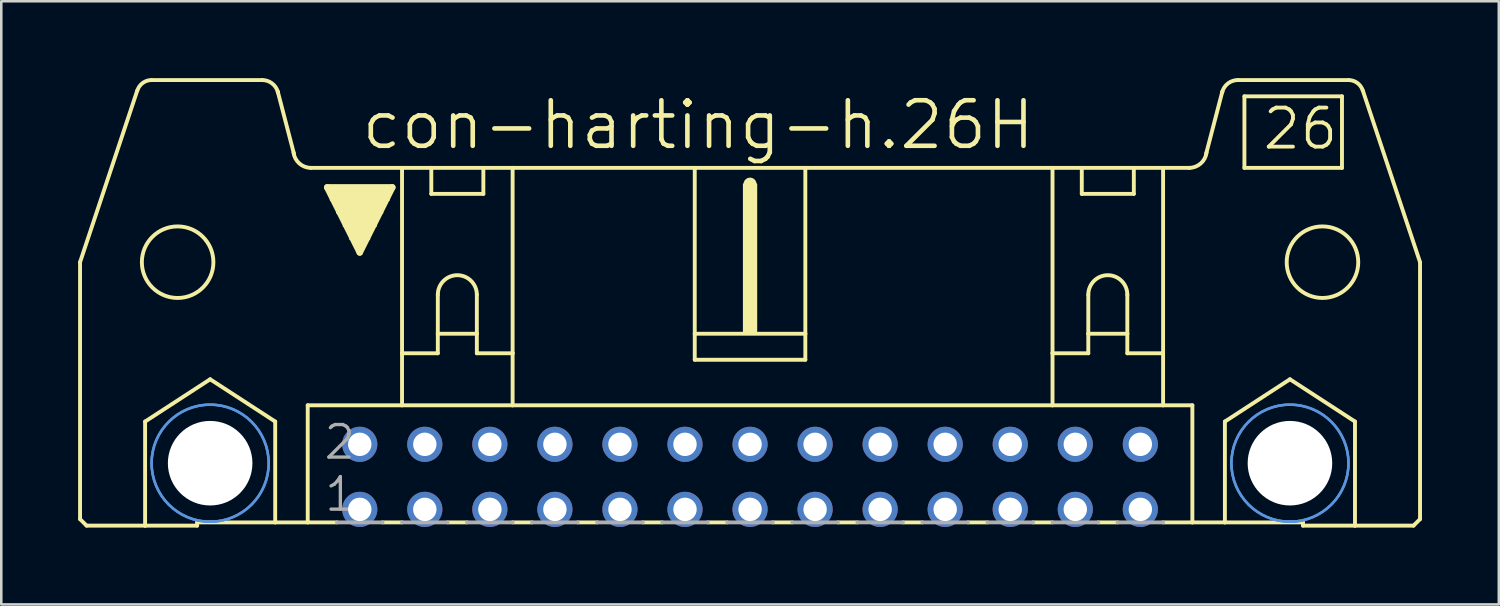
<source format=kicad_pcb>
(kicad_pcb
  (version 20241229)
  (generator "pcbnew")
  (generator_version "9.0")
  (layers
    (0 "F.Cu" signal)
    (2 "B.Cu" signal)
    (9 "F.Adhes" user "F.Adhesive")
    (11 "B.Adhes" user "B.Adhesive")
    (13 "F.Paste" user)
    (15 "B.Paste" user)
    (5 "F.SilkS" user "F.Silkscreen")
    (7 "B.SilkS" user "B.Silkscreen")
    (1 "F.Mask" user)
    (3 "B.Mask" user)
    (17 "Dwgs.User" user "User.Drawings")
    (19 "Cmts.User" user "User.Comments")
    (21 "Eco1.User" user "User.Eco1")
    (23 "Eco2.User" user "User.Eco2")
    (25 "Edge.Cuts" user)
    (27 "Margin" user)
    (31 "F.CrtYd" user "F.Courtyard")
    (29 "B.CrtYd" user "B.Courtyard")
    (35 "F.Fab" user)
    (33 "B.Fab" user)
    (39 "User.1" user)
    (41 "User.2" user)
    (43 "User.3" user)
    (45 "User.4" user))
  (footprint "con-harting-h.26H"
    (layer "F.Cu")
    (at 26.238 15.57)
    (property "Reference" "con-harting-h.26H" (at -15.265 -12.7 0) (layer "F.SilkS") (effects (font (size 1.778 1.778) (thickness 0.18)) (justify left bottom)))
    (attr through_hole)
    (fp_line (start -26.162 1.651) (end -26.162 -8.382) (stroke (width 0.152) (type default)) (layer "F.SilkS"))
    (fp_line (start -26.162 1.651) (end -25.908 1.905) (stroke (width 0.152) (type default)) (layer "F.SilkS"))
    (fp_line (start -25.908 1.905) (end -23.622 1.905) (stroke (width 0.152) (type default)) (layer "F.SilkS"))
    (fp_line (start -23.927 -15.088) (end -26.162 -8.382) (stroke (width 0.152) (type default)) (layer "F.SilkS"))
    (fp_line (start -23.622 -2.159) (end -21.082 -3.81) (stroke (width 0.152) (type default)) (layer "F.SilkS"))
    (fp_line (start -23.622 1.905) (end -23.622 -2.159) (stroke (width 0.152) (type default)) (layer "F.SilkS"))
    (fp_line (start -23.622 1.905) (end -21.59 1.905) (stroke (width 0.152) (type default)) (layer "F.SilkS"))
    (fp_line (start -21.59 1.778) (end -21.59 1.905) (stroke (width 0.152) (type default)) (layer "F.SilkS"))
    (fp_line (start -21.59 1.778) (end -18.542 1.778) (stroke (width 0.152) (type default)) (layer "F.SilkS"))
    (fp_line (start -21.082 -3.81) (end -18.542 -2.159) (stroke (width 0.152) (type default)) (layer "F.SilkS"))
    (fp_line (start -19.05 -15.494) (end -23.368 -15.494) (stroke (width 0.152) (type default)) (layer "F.SilkS"))
    (fp_line (start -18.542 1.778) (end -18.542 -2.159) (stroke (width 0.152) (type default)) (layer "F.SilkS"))
    (fp_line (start -18.542 1.778) (end -17.272 1.778) (stroke (width 0.152) (type default)) (layer "F.SilkS"))
    (fp_line (start -17.805 -12.598) (end -18.44 -15.037) (stroke (width 0.152) (type default)) (layer "F.SilkS"))
    (fp_line (start -17.272 -2.794) (end -17.272 1.778) (stroke (width 0.152) (type default)) (layer "F.SilkS"))
    (fp_line (start -17.272 1.778) (end -16.129 1.778) (stroke (width 0.152) (type default)) (layer "F.SilkS"))
    (fp_line (start -17.145 -12.065) (end -13.589 -12.065) (stroke (width 0.152) (type default)) (layer "F.SilkS"))
    (fp_line (start -16.51 -11.303) (end -13.97 -11.303) (stroke (width 0.254) (type default)) (layer "F.SilkS"))
    (fp_line (start -15.24 -8.763) (end -16.51 -11.303) (stroke (width 0.254) (type default)) (layer "F.SilkS"))
    (fp_line (start -14.351 1.778) (end -13.589 1.778) (stroke (width 0.152) (type default)) (layer "F.SilkS"))
    (fp_line (start -13.97 -11.303) (end -15.24 -8.763) (stroke (width 0.254) (type default)) (layer "F.SilkS"))
    (fp_line (start -13.589 -12.065) (end -12.446 -12.065) (stroke (width 0.152) (type default)) (layer "F.SilkS"))
    (fp_line (start -13.589 -4.826) (end -13.589 -12.065) (stroke (width 0.152) (type default)) (layer "F.SilkS"))
    (fp_line (start -13.589 -4.826) (end -13.589 -2.794) (stroke (width 0.152) (type default)) (layer "F.SilkS"))
    (fp_line (start -13.589 -4.826) (end -12.192 -4.826) (stroke (width 0.152) (type default)) (layer "F.SilkS"))
    (fp_line (start -13.589 -2.794) (end -17.272 -2.794) (stroke (width 0.152) (type default)) (layer "F.SilkS"))
    (fp_line (start -12.446 -12.065) (end -10.414 -12.065) (stroke (width 0.152) (type default)) (layer "F.SilkS"))
    (fp_line (start -12.446 -11.049) (end -12.446 -12.065) (stroke (width 0.152) (type default)) (layer "F.SilkS"))
    (fp_line (start -12.446 -11.049) (end -10.414 -11.049) (stroke (width 0.152) (type default)) (layer "F.SilkS"))
    (fp_line (start -12.192 -7.112) (end -12.192 -5.588) (stroke (width 0.152) (type default)) (layer "F.SilkS"))
    (fp_line (start -12.192 -5.588) (end -12.192 -4.826) (stroke (width 0.152) (type default)) (layer "F.SilkS"))
    (fp_line (start -12.192 -5.588) (end -10.668 -5.588) (stroke (width 0.152) (type default)) (layer "F.SilkS"))
    (fp_line (start -11.811 1.778) (end -11.049 1.778) (stroke (width 0.152) (type default)) (layer "F.SilkS"))
    (fp_line (start -10.668 -7.112) (end -10.668 -5.588) (stroke (width 0.152) (type default)) (layer "F.SilkS"))
    (fp_line (start -10.668 -5.588) (end -10.668 -4.826) (stroke (width 0.152) (type default)) (layer "F.SilkS"))
    (fp_line (start -10.668 -4.826) (end -9.271 -4.826) (stroke (width 0.152) (type default)) (layer "F.SilkS"))
    (fp_line (start -10.414 -12.065) (end -10.414 -11.049) (stroke (width 0.152) (type default)) (layer "F.SilkS"))
    (fp_line (start -10.414 -12.065) (end -9.271 -12.065) (stroke (width 0.152) (type default)) (layer "F.SilkS"))
    (fp_line (start -9.271 -12.065) (end -2.159 -12.065) (stroke (width 0.152) (type default)) (layer "F.SilkS"))
    (fp_line (start -9.271 -4.826) (end -9.271 -12.065) (stroke (width 0.152) (type default)) (layer "F.SilkS"))
    (fp_line (start -9.271 -4.826) (end -9.271 -2.794) (stroke (width 0.152) (type default)) (layer "F.SilkS"))
    (fp_line (start -9.271 -2.794) (end -13.589 -2.794) (stroke (width 0.152) (type default)) (layer "F.SilkS"))
    (fp_line (start -9.271 1.778) (end -8.509 1.778) (stroke (width 0.152) (type default)) (layer "F.SilkS"))
    (fp_line (start -6.731 1.778) (end -5.969 1.778) (stroke (width 0.152) (type default)) (layer "F.SilkS"))
    (fp_line (start -4.191 1.778) (end -3.429 1.778) (stroke (width 0.152) (type default)) (layer "F.SilkS"))
    (fp_line (start -2.159 -12.065) (end -2.159 -5.588) (stroke (width 0.152) (type default)) (layer "F.SilkS"))
    (fp_line (start -2.159 -12.065) (end 2.159 -12.065) (stroke (width 0.152) (type default)) (layer "F.SilkS"))
    (fp_line (start -2.159 -5.588) (end -2.159 -4.572) (stroke (width 0.152) (type default)) (layer "F.SilkS"))
    (fp_line (start -1.651 1.778) (end -0.889 1.778) (stroke (width 0.152) (type default)) (layer "F.SilkS"))
    (fp_line (start 0 -11.176) (end 0 -11.43) (stroke (width 0.508) (type default)) (layer "F.SilkS"))
    (fp_line (start 0.889 1.778) (end 1.651 1.778) (stroke (width 0.152) (type default)) (layer "F.SilkS"))
    (fp_line (start 2.159 -12.065) (end 2.159 -5.588) (stroke (width 0.152) (type default)) (layer "F.SilkS"))
    (fp_line (start 2.159 -12.065) (end 11.811 -12.065) (stroke (width 0.152) (type default)) (layer "F.SilkS"))
    (fp_line (start 2.159 -5.588) (end -2.159 -5.588) (stroke (width 0.152) (type default)) (layer "F.SilkS"))
    (fp_line (start 2.159 -5.588) (end 2.159 -4.572) (stroke (width 0.152) (type default)) (layer "F.SilkS"))
    (fp_line (start 2.159 -4.572) (end -2.159 -4.572) (stroke (width 0.152) (type default)) (layer "F.SilkS"))
    (fp_line (start 3.429 1.778) (end 4.191 1.778) (stroke (width 0.152) (type default)) (layer "F.SilkS"))
    (fp_line (start 5.969 1.778) (end 6.731 1.778) (stroke (width 0.152) (type default)) (layer "F.SilkS"))
    (fp_line (start 8.509 1.778) (end 9.271 1.778) (stroke (width 0.152) (type default)) (layer "F.SilkS"))
    (fp_line (start 11.049 1.778) (end 11.811 1.778) (stroke (width 0.152) (type default)) (layer "F.SilkS"))
    (fp_line (start 11.811 -12.065) (end 17.145 -12.065) (stroke (width 0.152) (type default)) (layer "F.SilkS"))
    (fp_line (start 11.811 -4.826) (end 11.811 -12.065) (stroke (width 0.152) (type default)) (layer "F.SilkS"))
    (fp_line (start 11.811 -4.826) (end 11.811 -2.794) (stroke (width 0.152) (type default)) (layer "F.SilkS"))
    (fp_line (start 11.811 -4.826) (end 13.208 -4.826) (stroke (width 0.152) (type default)) (layer "F.SilkS"))
    (fp_line (start 11.811 -2.794) (end -9.271 -2.794) (stroke (width 0.152) (type default)) (layer "F.SilkS"))
    (fp_line (start 12.954 -11.049) (end 12.954 -12.065) (stroke (width 0.152) (type default)) (layer "F.SilkS"))
    (fp_line (start 12.954 -11.049) (end 14.986 -11.049) (stroke (width 0.152) (type default)) (layer "F.SilkS"))
    (fp_line (start 13.208 -7.112) (end 13.208 -5.588) (stroke (width 0.152) (type default)) (layer "F.SilkS"))
    (fp_line (start 13.208 -5.588) (end 13.208 -4.826) (stroke (width 0.152) (type default)) (layer "F.SilkS"))
    (fp_line (start 13.208 -5.588) (end 14.732 -5.588) (stroke (width 0.152) (type default)) (layer "F.SilkS"))
    (fp_line (start 13.589 1.778) (end 14.351 1.778) (stroke (width 0.152) (type default)) (layer "F.SilkS"))
    (fp_line (start 14.732 -7.112) (end 14.732 -5.588) (stroke (width 0.152) (type default)) (layer "F.SilkS"))
    (fp_line (start 14.732 -5.588) (end 14.732 -4.826) (stroke (width 0.152) (type default)) (layer "F.SilkS"))
    (fp_line (start 14.732 -4.826) (end 16.129 -4.826) (stroke (width 0.152) (type default)) (layer "F.SilkS"))
    (fp_line (start 14.986 -12.065) (end 14.986 -11.049) (stroke (width 0.152) (type default)) (layer "F.SilkS"))
    (fp_line (start 16.129 -4.826) (end 16.129 -12.065) (stroke (width 0.152) (type default)) (layer "F.SilkS"))
    (fp_line (start 16.129 -4.826) (end 16.129 -2.794) (stroke (width 0.152) (type default)) (layer "F.SilkS"))
    (fp_line (start 16.129 -2.794) (end 11.811 -2.794) (stroke (width 0.152) (type default)) (layer "F.SilkS"))
    (fp_line (start 17.272 -2.794) (end 16.129 -2.794) (stroke (width 0.152) (type default)) (layer "F.SilkS"))
    (fp_line (start 17.272 -2.794) (end 17.272 1.778) (stroke (width 0.152) (type default)) (layer "F.SilkS"))
    (fp_line (start 17.272 1.778) (end 16.129 1.778) (stroke (width 0.152) (type default)) (layer "F.SilkS"))
    (fp_line (start 17.805 -12.598) (end 18.44 -15.037) (stroke (width 0.152) (type default)) (layer "F.SilkS"))
    (fp_line (start 18.542 -2.159) (end 21.082 -3.81) (stroke (width 0.152) (type default)) (layer "F.SilkS"))
    (fp_line (start 18.542 1.778) (end 17.272 1.778) (stroke (width 0.152) (type default)) (layer "F.SilkS"))
    (fp_line (start 18.542 1.778) (end 18.542 -2.159) (stroke (width 0.152) (type default)) (layer "F.SilkS"))
    (fp_line (start 19.05 -15.494) (end 23.368 -15.494) (stroke (width 0.152) (type default)) (layer "F.SilkS"))
    (fp_line (start 19.304 -14.859) (end 19.304 -12.065) (stroke (width 0.152) (type default)) (layer "F.SilkS"))
    (fp_line (start 19.304 -12.065) (end 23.114 -12.065) (stroke (width 0.152) (type default)) (layer "F.SilkS"))
    (fp_line (start 21.082 -3.81) (end 23.622 -2.159) (stroke (width 0.152) (type default)) (layer "F.SilkS"))
    (fp_line (start 21.59 1.778) (end 18.542 1.778) (stroke (width 0.152) (type default)) (layer "F.SilkS"))
    (fp_line (start 21.59 1.778) (end 21.59 1.905) (stroke (width 0.152) (type default)) (layer "F.SilkS"))
    (fp_line (start 23.114 -14.859) (end 19.304 -14.859) (stroke (width 0.152) (type default)) (layer "F.SilkS"))
    (fp_line (start 23.114 -14.859) (end 23.114 -12.065) (stroke (width 0.152) (type default)) (layer "F.SilkS"))
    (fp_line (start 23.622 1.905) (end 21.59 1.905) (stroke (width 0.152) (type default)) (layer "F.SilkS"))
    (fp_line (start 23.622 1.905) (end 23.622 -2.159) (stroke (width 0.152) (type default)) (layer "F.SilkS"))
    (fp_line (start 23.927 -15.088) (end 26.162 -8.382) (stroke (width 0.152) (type default)) (layer "F.SilkS"))
    (fp_line (start 25.908 1.905) (end 23.622 1.905) (stroke (width 0.152) (type default)) (layer "F.SilkS"))
    (fp_line (start 26.162 1.651) (end 25.908 1.905) (stroke (width 0.152) (type default)) (layer "F.SilkS"))
    (fp_line (start 26.162 1.651) (end 26.162 -8.382) (stroke (width 0.152) (type default)) (layer "F.SilkS"))
    (fp_rect (start -16.383 -10.795) (end -14.097 -11.303) (stroke (width 0.05) (type default)) (fill yes) (layer "F.SilkS"))
    (fp_rect (start -16.129 -10.287) (end -14.351 -10.795) (stroke (width 0.05) (type default)) (fill yes) (layer "F.SilkS"))
    (fp_rect (start -15.875 -9.779) (end -14.605 -10.287) (stroke (width 0.05) (type default)) (fill yes) (layer "F.SilkS"))
    (fp_rect (start -15.621 -9.271) (end -14.859 -9.779) (stroke (width 0.05) (type default)) (fill yes) (layer "F.SilkS"))
    (fp_rect (start -15.367 -9.017) (end -15.113 -9.271) (stroke (width 0.05) (type default)) (fill yes) (layer "F.SilkS"))
    (fp_rect (start -0.254 -5.588) (end 0.254 -11.43) (stroke (width 0.05) (type default)) (fill yes) (layer "F.SilkS"))
    (fp_arc (start -23.9244 -15.0878) (mid -23.712454 -15.38168) (end -23.368 -15.4941) (stroke (width 0.1524) (type default)) (layer "F.SilkS"))
    (fp_arc (start -19.05 -15.494) (mid -18.669 -15.367) (end -18.4404 -15.0368) (stroke (width 0.1524) (type default)) (layer "F.SilkS"))
    (fp_arc (start -18.4404 -15.0368) (mid -18.437084 -15.024931) (end -18.434 -15.013) (stroke (width 0.1524) (type default)) (layer "F.SilkS"))
    (fp_arc (start -17.145 -12.065) (mid -17.596774 -12.234824) (end -17.8248 -12.6602) (stroke (width 0.1524) (type default)) (layer "F.SilkS"))
    (fp_arc (start -12.192 -7.112) (mid -11.43 -7.874) (end -10.668 -7.112) (stroke (width 0.1524) (type default)) (layer "F.SilkS"))
    (fp_arc (start 13.208 -7.112) (mid 13.97 -7.874) (end 14.732 -7.112) (stroke (width 0.1524) (type default)) (layer "F.SilkS"))
    (fp_arc (start 17.8248 -12.6602) (mid 17.596774 -12.234824) (end 17.145 -12.065) (stroke (width 0.1524) (type default)) (layer "F.SilkS"))
    (fp_arc (start 18.434 -15.013) (mid 18.437084 -15.024931) (end 18.4404 -15.0368) (stroke (width 0.1524) (type default)) (layer "F.SilkS"))
    (fp_arc (start 18.4404 -15.0368) (mid 18.669 -15.367) (end 19.05 -15.494) (stroke (width 0.1524) (type default)) (layer "F.SilkS"))
    (fp_arc (start 23.368 -15.494) (mid 23.712385 -15.38161) (end 23.9243 -15.0878) (stroke (width 0.1524) (type default)) (layer "F.SilkS"))
    (fp_circle (center -22.352 -8.382) (end -20.955 -8.382) (stroke (width 0.152) (type default)) (fill no) (layer "F.SilkS"))
    (fp_circle (center -21.082 -0.533) (end -19.761 -0.533) (stroke (width 0.152) (type default)) (fill no) (layer "F.SilkS"))
    (fp_circle (center 21.082 -0.533) (end 22.403 -0.533) (stroke (width 0.152) (type default)) (fill no) (layer "F.SilkS"))
    (fp_circle (center 22.352 -8.382) (end 23.749 -8.382) (stroke (width 0.152) (type default)) (fill no) (layer "F.SilkS"))
    (fp_circle (center -21.082 -0.533) (end -18.796 -0.533) (stroke (width 0.1) (type default)) (fill no) (layer "Cmts.User"))
    (fp_circle (center -21.082 -0.533) (end -18.796 -0.533) (stroke (width 0.1) (type default)) (fill no) (layer "Cmts.User"))
    (fp_circle (center 21.082 -0.533) (end 23.368 -0.533) (stroke (width 0.1) (type default)) (fill no) (layer "Cmts.User"))
    (fp_circle (center 21.082 -0.533) (end 23.368 -0.533) (stroke (width 0.1) (type default)) (fill no) (layer "Cmts.User"))
    (fp_line (start -16.129 1.778) (end -14.351 1.778) (stroke (width 0.152) (type default)) (layer "F.Fab"))
    (fp_line (start -13.589 1.778) (end -11.811 1.778) (stroke (width 0.152) (type default)) (layer "F.Fab"))
    (fp_line (start -11.049 1.778) (end -9.271 1.778) (stroke (width 0.152) (type default)) (layer "F.Fab"))
    (fp_line (start -8.509 1.778) (end -6.731 1.778) (stroke (width 0.152) (type default)) (layer "F.Fab"))
    (fp_line (start -4.191 1.778) (end -5.969 1.778) (stroke (width 0.152) (type default)) (layer "F.Fab"))
    (fp_line (start -1.651 1.778) (end -3.429 1.778) (stroke (width 0.152) (type default)) (layer "F.Fab"))
    (fp_line (start 0.889 1.778) (end -0.889 1.778) (stroke (width 0.152) (type default)) (layer "F.Fab"))
    (fp_line (start 3.429 1.778) (end 1.651 1.778) (stroke (width 0.152) (type default)) (layer "F.Fab"))
    (fp_line (start 5.969 1.778) (end 4.191 1.778) (stroke (width 0.152) (type default)) (layer "F.Fab"))
    (fp_line (start 8.509 1.778) (end 6.731 1.778) (stroke (width 0.152) (type default)) (layer "F.Fab"))
    (fp_line (start 11.049 1.778) (end 9.271 1.778) (stroke (width 0.152) (type default)) (layer "F.Fab"))
    (fp_line (start 13.589 1.778) (end 11.811 1.778) (stroke (width 0.152) (type default)) (layer "F.Fab"))
    (fp_line (start 16.129 1.778) (end 14.351 1.778) (stroke (width 0.152) (type default)) (layer "F.Fab"))
    (fp_text user "26" (at 19.939 -12.7 0) (layer "F.SilkS") (effects (font (size 1.524 1.524) (thickness 0.15)) (justify left bottom)))
    (fp_text user "1" (at -16.688 1.422 0) (layer "F.Fab") (effects (font (size 1.27 1.27) (thickness 0.13)) (justify left bottom)))
    (fp_text user "2" (at -16.713 -0.61 0) (layer "F.Fab") (effects (font (size 1.27 1.27) (thickness 0.13)) (justify left bottom)))
    (pad "" np_thru_hole circle (at -21.082 -0.533) (size 3.302 3.302) (drill 3.302) (layers "*.Cu" "*.Mask"))
    (pad "" np_thru_hole circle (at 21.082 -0.533) (size 3.302 3.302) (drill 3.302) (layers "*.Cu" "*.Mask"))
    (pad "1" thru_hole circle (at -15.24 1.27) (size 1.372 1.372) (drill 0.914) (layers "*.Cu" "*.Mask"))
    (pad "2" thru_hole circle (at -15.24 -1.27) (size 1.372 1.372) (drill 0.914) (layers "*.Cu" "*.Mask"))
    (pad "3" thru_hole circle (at -12.7 1.27) (size 1.372 1.372) (drill 0.914) (layers "*.Cu" "*.Mask"))
    (pad "4" thru_hole circle (at -12.7 -1.27) (size 1.372 1.372) (drill 0.914) (layers "*.Cu" "*.Mask"))
    (pad "5" thru_hole circle (at -10.16 1.27) (size 1.372 1.372) (drill 0.914) (layers "*.Cu" "*.Mask"))
    (pad "6" thru_hole circle (at -10.16 -1.27) (size 1.372 1.372) (drill 0.914) (layers "*.Cu" "*.Mask"))
    (pad "7" thru_hole circle (at -7.62 1.27) (size 1.372 1.372) (drill 0.914) (layers "*.Cu" "*.Mask"))
    (pad "8" thru_hole circle (at -7.62 -1.27) (size 1.372 1.372) (drill 0.914) (layers "*.Cu" "*.Mask"))
    (pad "9" thru_hole circle (at -5.08 1.27) (size 1.372 1.372) (drill 0.914) (layers "*.Cu" "*.Mask"))
    (pad "10" thru_hole circle (at -5.08 -1.27) (size 1.372 1.372) (drill 0.914) (layers "*.Cu" "*.Mask"))
    (pad "11" thru_hole circle (at -2.54 1.27) (size 1.372 1.372) (drill 0.914) (layers "*.Cu" "*.Mask"))
    (pad "12" thru_hole circle (at -2.54 -1.27) (size 1.372 1.372) (drill 0.914) (layers "*.Cu" "*.Mask"))
    (pad "13" thru_hole circle (at 0 1.27) (size 1.372 1.372) (drill 0.914) (layers "*.Cu" "*.Mask"))
    (pad "14" thru_hole circle (at 0 -1.27) (size 1.372 1.372) (drill 0.914) (layers "*.Cu" "*.Mask"))
    (pad "15" thru_hole circle (at 2.54 1.27) (size 1.372 1.372) (drill 0.914) (layers "*.Cu" "*.Mask"))
    (pad "16" thru_hole circle (at 2.54 -1.27) (size 1.372 1.372) (drill 0.914) (layers "*.Cu" "*.Mask"))
    (pad "17" thru_hole circle (at 5.08 1.27) (size 1.372 1.372) (drill 0.914) (layers "*.Cu" "*.Mask"))
    (pad "18" thru_hole circle (at 5.08 -1.27) (size 1.372 1.372) (drill 0.914) (layers "*.Cu" "*.Mask"))
    (pad "19" thru_hole circle (at 7.62 1.27) (size 1.372 1.372) (drill 0.914) (layers "*.Cu" "*.Mask"))
    (pad "20" thru_hole circle (at 7.62 -1.27) (size 1.372 1.372) (drill 0.914) (layers "*.Cu" "*.Mask"))
    (pad "21" thru_hole circle (at 10.16 1.27) (size 1.372 1.372) (drill 0.914) (layers "*.Cu" "*.Mask"))
    (pad "22" thru_hole circle (at 10.16 -1.27) (size 1.372 1.372) (drill 0.914) (layers "*.Cu" "*.Mask"))
    (pad "23" thru_hole circle (at 12.7 1.27) (size 1.372 1.372) (drill 0.914) (layers "*.Cu" "*.Mask"))
    (pad "24" thru_hole circle (at 12.7 -1.27) (size 1.372 1.372) (drill 0.914) (layers "*.Cu" "*.Mask"))
    (pad "25" thru_hole circle (at 15.24 1.27) (size 1.372 1.372) (drill 0.914) (layers "*.Cu" "*.Mask"))
    (pad "26" thru_hole circle (at 15.24 -1.27) (size 1.372 1.372) (drill 0.914) (layers "*.Cu" "*.Mask")))
  (gr_rect
    (start -3 -3)
    (end 55.476 20.552)
    (stroke (width 0.1) (type default))
    (fill no)
    (layer "Edge.Cuts")))
</source>
